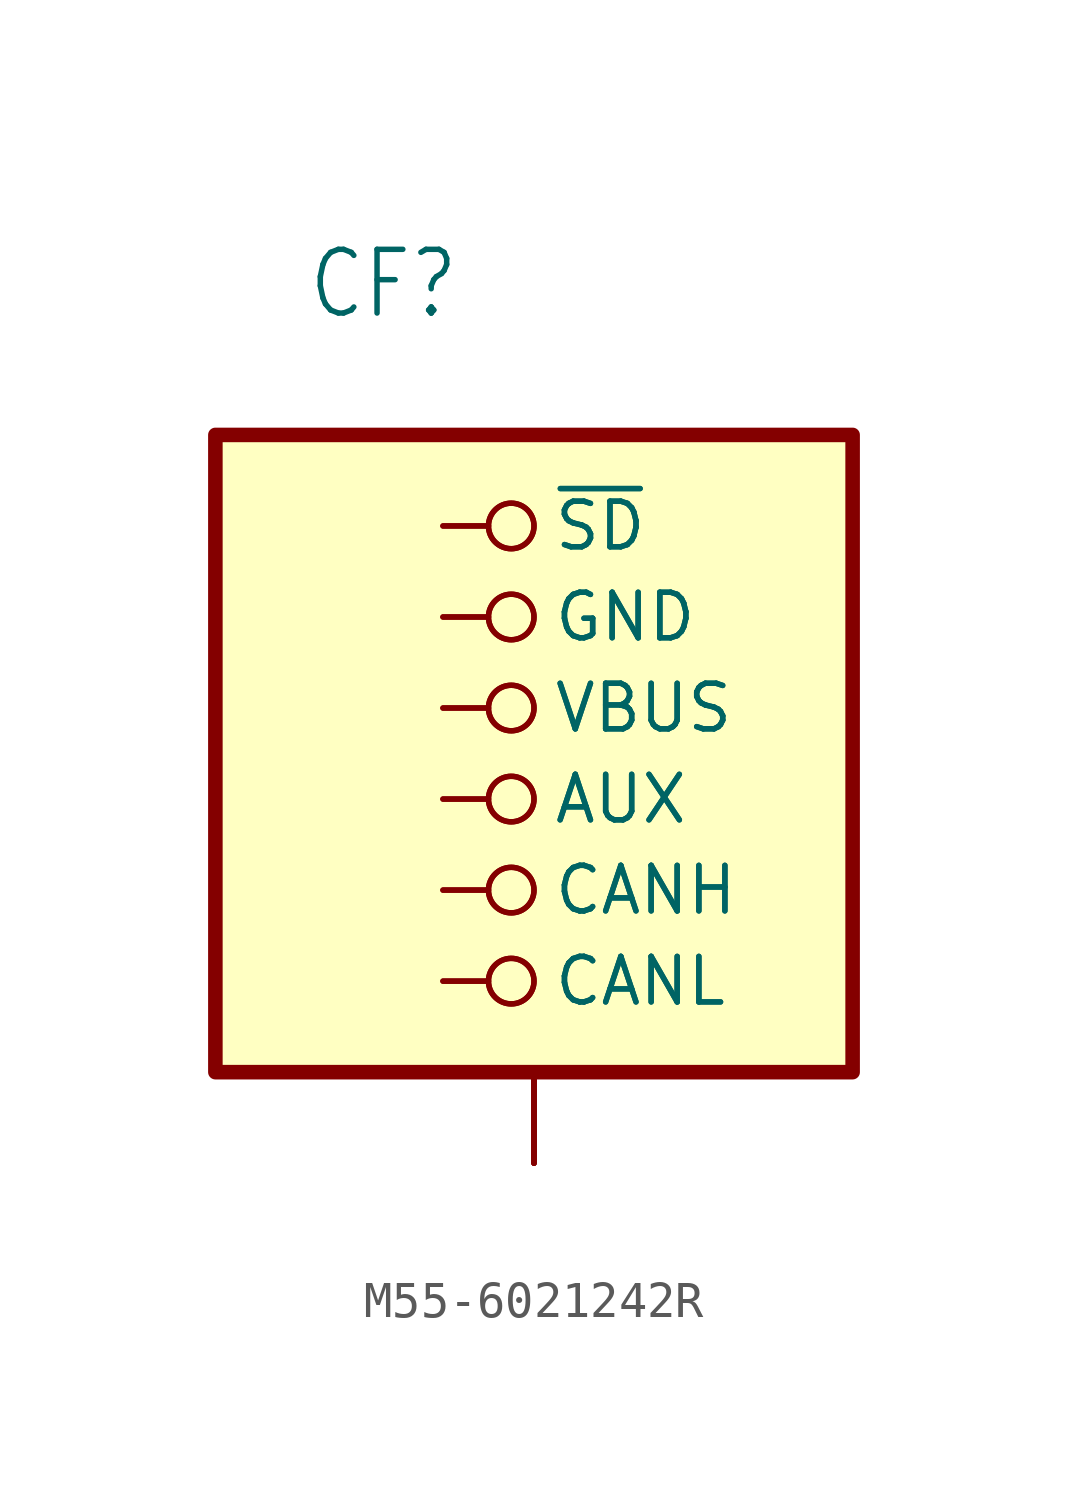
<source format=kicad_sym>
(kicad_symbol_lib
  (version 20241209)
  (generator "kicad_symbol_editor")
  (generator_version "9.0")
  (symbol "M55-6021242R"
    (property "Reference" "CF"
      (at -6.35 10.795 0)
      (effects (font (size 1.778 1.511)) (justify left bottom)))
    (property "Value" ""
      (at -6.35 8.89 0)
      (effects (font (size 1.778 1.511)) (justify left bottom)))
    (symbol "M55-6021242R_1_0"
      (pin passive inverted (at -2.54 5.08 0) (length 2.54) (name "~{SD}" (effects (font (size 1.27 1.27)))) (number "1" (effects (font (size 0 0)))))
      (pin passive inverted (at -2.54 5.08 0) (length 2.54) (name "~{SD}" (effects (font (size 1.27 1.27)))) (number "2" (effects (font (size 0 0)))))
      (pin passive inverted (at -2.54 2.54 0) (length 2.54) (name "GND" (effects (font (size 1.27 1.27)))) (number "3" (effects (font (size 0 0)))))
      (pin passive inverted (at -2.54 2.54 0) (length 2.54) (name "GND" (effects (font (size 1.27 1.27)))) (number "4" (effects (font (size 0 0)))))
      (pin passive inverted (at -2.54 0 0) (length 2.54) (name "VBUS" (effects (font (size 1.27 1.27)))) (number "5" (effects (font (size 0 0)))))
      (pin passive inverted (at -2.54 0 0) (length 2.54) (name "VBUS" (effects (font (size 1.27 1.27)))) (number "6" (effects (font (size 0 0)))))
      (pin passive inverted (at -2.54 -2.54 0) (length 2.54) (name "AUX" (effects (font (size 1.27 1.27)))) (number "7" (effects (font (size 0 0)))))
      (pin passive inverted (at -2.54 -2.54 0) (length 2.54) (name "AUX" (effects (font (size 1.27 1.27)))) (number "8" (effects (font (size 0 0)))))
      (pin passive inverted (at -2.54 -5.08 0) (length 2.54) (name "CANH" (effects (font (size 1.27 1.27)))) (number "10" (effects (font (size 0 0)))))
      (pin passive inverted (at -2.54 -5.08 0) (length 2.54) (name "CANH" (effects (font (size 1.27 1.27)))) (number "9" (effects (font (size 0 0)))))
      (pin passive inverted (at -2.54 -7.62 0) (length 2.54) (name "CANL" (effects (font (size 1.27 1.27)))) (number "11" (effects (font (size 0 0)))))
      (pin passive inverted (at -2.54 -7.62 0) (length 2.54) (name "CANL" (effects (font (size 1.27 1.27)))) (number "12" (effects (font (size 0 0)))))
      (pin passive line (at 0 -12.7 90) (length 2.54) (name "SHIELD" (effects (font (size 0 0)))) (number "P$1" (effects (font (size 0 0)))))
      (pin passive line (at 0 -12.7 90) (length 2.54) (name "SHIELD" (effects (font (size 0 0)))) (number "P$2" (effects (font (size 0 0)))))
      (pin passive line (at 0 -12.7 90) (length 2.54) (name "SHIELD" (effects (font (size 0 0)))) (number "P$3" (effects (font (size 0 0)))))
      (pin passive line (at 0 -12.7 90) (length 2.54) (name "SHIELD" (effects (font (size 0 0)))) (number "P$4" (effects (font (size 0 0))))))
    (symbol "M55-6021242R_1_1"
      (rectangle (start -8.89 7.62) (end 8.89 -10.16) (stroke (width 0.406) (type default)) (fill (type background))))))
</source>
